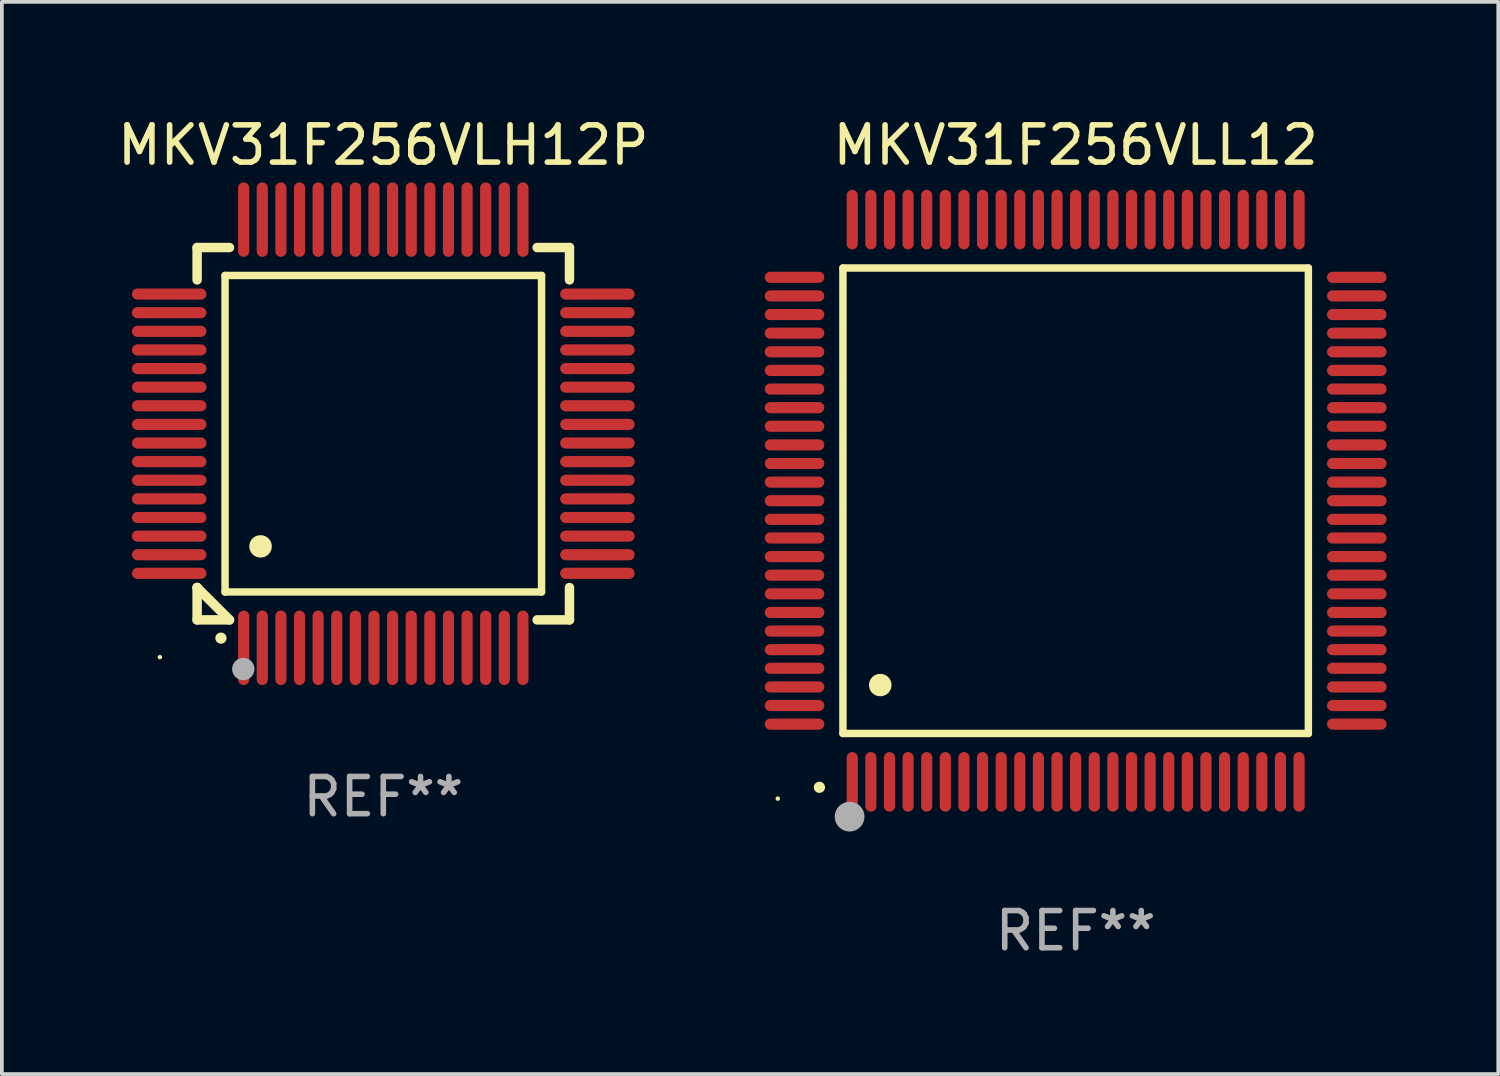
<source format=kicad_pcb>
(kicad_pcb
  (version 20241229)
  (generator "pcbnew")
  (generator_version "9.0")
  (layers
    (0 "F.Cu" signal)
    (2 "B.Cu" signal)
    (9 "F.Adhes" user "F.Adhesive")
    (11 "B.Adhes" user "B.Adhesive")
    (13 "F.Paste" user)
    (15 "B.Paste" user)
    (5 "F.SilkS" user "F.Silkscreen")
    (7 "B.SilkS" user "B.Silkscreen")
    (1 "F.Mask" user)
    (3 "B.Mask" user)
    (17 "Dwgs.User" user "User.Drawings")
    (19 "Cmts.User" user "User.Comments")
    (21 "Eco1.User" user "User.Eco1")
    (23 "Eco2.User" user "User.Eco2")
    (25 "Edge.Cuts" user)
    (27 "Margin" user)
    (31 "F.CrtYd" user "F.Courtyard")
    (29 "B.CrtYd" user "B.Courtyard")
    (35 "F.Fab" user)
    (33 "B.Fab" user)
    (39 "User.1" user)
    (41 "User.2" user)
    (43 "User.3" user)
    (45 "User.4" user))
  (footprint "MKV31F256VLH12P"
    (layer "F.Cu")
    (at 7.244 8.598)
    (property "Reference" "MKV31F256VLH12P" (at 0 -7.75 0) (layer "F.SilkS") (effects (font (size 1 1) (thickness 0.15))))
    (attr through_hole)
    (fp_line (start -5 -5) (end -4.131 -5) (stroke (width 0.254) (type solid)) (layer "F.SilkS"))
    (fp_line (start -5 -4.131) (end -5 -5) (stroke (width 0.254) (type solid)) (layer "F.SilkS"))
    (fp_line (start -5 4.131) (end -5 4.131) (stroke (width 0.254) (type solid)) (layer "F.SilkS"))
    (fp_line (start -5 5) (end -5 4.131) (stroke (width 0.254) (type solid)) (layer "F.SilkS"))
    (fp_line (start -5 4.131) (end -4.131 5) (stroke (width 0.254) (type solid)) (layer "F.SilkS"))
    (fp_line (start -4.25 -4.25) (end -4.25 4.25) (stroke (width 0.2) (type solid)) (layer "F.SilkS"))
    (fp_line (start -4.25 4.25) (end 4.25 4.25) (stroke (width 0.2) (type solid)) (layer "F.SilkS"))
    (fp_line (start -4.131 5) (end -5 5) (stroke (width 0.254) (type solid)) (layer "F.SilkS"))
    (fp_line (start 4.25 -4.25) (end -4.25 -4.25) (stroke (width 0.2) (type solid)) (layer "F.SilkS"))
    (fp_line (start 4.25 4.25) (end 4.25 -4.25) (stroke (width 0.2) (type solid)) (layer "F.SilkS"))
    (fp_line (start 5 -5) (end 4.131 -5) (stroke (width 0.254) (type solid)) (layer "F.SilkS"))
    (fp_line (start 5 -5) (end 5 -4.131) (stroke (width 0.254) (type solid)) (layer "F.SilkS"))
    (fp_line (start 5 4.131) (end 5 5) (stroke (width 0.254) (type solid)) (layer "F.SilkS"))
    (fp_line (start 5 5) (end 4.131 5) (stroke (width 0.254) (type solid)) (layer "F.SilkS"))
    (fp_arc (start -4.361265 5.489992) (mid -4.359995 5.489987) (end -4.358725 5.489992) (stroke (width 0.3) (type solid)) (layer "F.SilkS"))
    (fp_arc (start -3.299467 3.025146) (mid -3.296927 3.025135) (end -3.294387 3.025146) (stroke (width 0.6) (type solid)) (layer "F.SilkS"))
    (fp_circle (center -6 6) (end -5.97 6) (stroke (width 0.06) (type solid)) (fill no) (layer "F.SilkS"))
    (fp_circle (center -3.76 6.32) (end -3.61 6.32) (stroke (width 0.3) (type solid)) (fill no) (layer "F.Fab"))
    (fp_text user "REF**" (at 0 9.75 0) (layer "F.Fab") (effects (font (size 1 1) (thickness 0.15))))
    (pad "1" smd oval (at -3.75 5.75) (size 0.3 2) (layers "F.Cu" "F.Mask" "F.Paste"))
    (pad "2" smd oval (at -3.25 5.75) (size 0.3 2) (layers "F.Cu" "F.Mask" "F.Paste"))
    (pad "3" smd oval (at -2.75 5.75) (size 0.3 2) (layers "F.Cu" "F.Mask" "F.Paste"))
    (pad "4" smd oval (at -2.25 5.75) (size 0.3 2) (layers "F.Cu" "F.Mask" "F.Paste"))
    (pad "5" smd oval (at -1.75 5.75) (size 0.3 2) (layers "F.Cu" "F.Mask" "F.Paste"))
    (pad "6" smd oval (at -1.25 5.75) (size 0.3 2) (layers "F.Cu" "F.Mask" "F.Paste"))
    (pad "7" smd oval (at -0.75 5.75) (size 0.3 2) (layers "F.Cu" "F.Mask" "F.Paste"))
    (pad "8" smd oval (at -0.25 5.75) (size 0.3 2) (layers "F.Cu" "F.Mask" "F.Paste"))
    (pad "9" smd oval (at 0.25 5.75) (size 0.3 2) (layers "F.Cu" "F.Mask" "F.Paste"))
    (pad "10" smd oval (at 0.75 5.75) (size 0.3 2) (layers "F.Cu" "F.Mask" "F.Paste"))
    (pad "11" smd oval (at 1.25 5.75) (size 0.3 2) (layers "F.Cu" "F.Mask" "F.Paste"))
    (pad "12" smd oval (at 1.75 5.75) (size 0.3 2) (layers "F.Cu" "F.Mask" "F.Paste"))
    (pad "13" smd oval (at 2.25 5.75) (size 0.3 2) (layers "F.Cu" "F.Mask" "F.Paste"))
    (pad "14" smd oval (at 2.75 5.75) (size 0.3 2) (layers "F.Cu" "F.Mask" "F.Paste"))
    (pad "15" smd oval (at 3.25 5.75) (size 0.3 2) (layers "F.Cu" "F.Mask" "F.Paste"))
    (pad "16" smd oval (at 3.75 5.75) (size 0.3 2) (layers "F.Cu" "F.Mask" "F.Paste"))
    (pad "17" smd oval (at 5.75 3.75) (size 2 0.3) (layers "F.Cu" "F.Mask" "F.Paste"))
    (pad "18" smd oval (at 5.75 3.25) (size 2 0.3) (layers "F.Cu" "F.Mask" "F.Paste"))
    (pad "19" smd oval (at 5.75 2.75) (size 2 0.3) (layers "F.Cu" "F.Mask" "F.Paste"))
    (pad "20" smd oval (at 5.75 2.25) (size 2 0.3) (layers "F.Cu" "F.Mask" "F.Paste"))
    (pad "21" smd oval (at 5.75 1.75) (size 2 0.3) (layers "F.Cu" "F.Mask" "F.Paste"))
    (pad "22" smd oval (at 5.75 1.25) (size 2 0.3) (layers "F.Cu" "F.Mask" "F.Paste"))
    (pad "23" smd oval (at 5.75 0.75) (size 2 0.3) (layers "F.Cu" "F.Mask" "F.Paste"))
    (pad "24" smd oval (at 5.75 0.25) (size 2 0.3) (layers "F.Cu" "F.Mask" "F.Paste"))
    (pad "25" smd oval (at 5.75 -0.25) (size 2 0.3) (layers "F.Cu" "F.Mask" "F.Paste"))
    (pad "26" smd oval (at 5.75 -0.75) (size 2 0.3) (layers "F.Cu" "F.Mask" "F.Paste"))
    (pad "27" smd oval (at 5.75 -1.25) (size 2 0.3) (layers "F.Cu" "F.Mask" "F.Paste"))
    (pad "28" smd oval (at 5.75 -1.75) (size 2 0.3) (layers "F.Cu" "F.Mask" "F.Paste"))
    (pad "29" smd oval (at 5.75 -2.25) (size 2 0.3) (layers "F.Cu" "F.Mask" "F.Paste"))
    (pad "30" smd oval (at 5.75 -2.75) (size 2 0.3) (layers "F.Cu" "F.Mask" "F.Paste"))
    (pad "31" smd oval (at 5.75 -3.25) (size 2 0.3) (layers "F.Cu" "F.Mask" "F.Paste"))
    (pad "32" smd oval (at 5.75 -3.75) (size 2 0.3) (layers "F.Cu" "F.Mask" "F.Paste"))
    (pad "33" smd oval (at 3.75 -5.75) (size 0.3 2) (layers "F.Cu" "F.Mask" "F.Paste"))
    (pad "34" smd oval (at 3.25 -5.75) (size 0.3 2) (layers "F.Cu" "F.Mask" "F.Paste"))
    (pad "35" smd oval (at 2.75 -5.75) (size 0.3 2) (layers "F.Cu" "F.Mask" "F.Paste"))
    (pad "36" smd oval (at 2.25 -5.75) (size 0.3 2) (layers "F.Cu" "F.Mask" "F.Paste"))
    (pad "37" smd oval (at 1.75 -5.75) (size 0.3 2) (layers "F.Cu" "F.Mask" "F.Paste"))
    (pad "38" smd oval (at 1.25 -5.75) (size 0.3 2) (layers "F.Cu" "F.Mask" "F.Paste"))
    (pad "39" smd oval (at 0.75 -5.75) (size 0.3 2) (layers "F.Cu" "F.Mask" "F.Paste"))
    (pad "40" smd oval (at 0.25 -5.75) (size 0.3 2) (layers "F.Cu" "F.Mask" "F.Paste"))
    (pad "41" smd oval (at -0.25 -5.75) (size 0.3 2) (layers "F.Cu" "F.Mask" "F.Paste"))
    (pad "42" smd oval (at -0.75 -5.75) (size 0.3 2) (layers "F.Cu" "F.Mask" "F.Paste"))
    (pad "43" smd oval (at -1.25 -5.75) (size 0.3 2) (layers "F.Cu" "F.Mask" "F.Paste"))
    (pad "44" smd oval (at -1.75 -5.75) (size 0.3 2) (layers "F.Cu" "F.Mask" "F.Paste"))
    (pad "45" smd oval (at -2.25 -5.75) (size 0.3 2) (layers "F.Cu" "F.Mask" "F.Paste"))
    (pad "46" smd oval (at -2.75 -5.75) (size 0.3 2) (layers "F.Cu" "F.Mask" "F.Paste"))
    (pad "47" smd oval (at -3.25 -5.75) (size 0.3 2) (layers "F.Cu" "F.Mask" "F.Paste"))
    (pad "48" smd oval (at -3.75 -5.75) (size 0.3 2) (layers "F.Cu" "F.Mask" "F.Paste"))
    (pad "49" smd oval (at -5.75 -3.75) (size 2 0.3) (layers "F.Cu" "F.Mask" "F.Paste"))
    (pad "50" smd oval (at -5.75 -3.25) (size 2 0.3) (layers "F.Cu" "F.Mask" "F.Paste"))
    (pad "51" smd oval (at -5.75 -2.75) (size 2 0.3) (layers "F.Cu" "F.Mask" "F.Paste"))
    (pad "52" smd oval (at -5.75 -2.25) (size 2 0.3) (layers "F.Cu" "F.Mask" "F.Paste"))
    (pad "53" smd oval (at -5.75 -1.75) (size 2 0.3) (layers "F.Cu" "F.Mask" "F.Paste"))
    (pad "54" smd oval (at -5.75 -1.25) (size 2 0.3) (layers "F.Cu" "F.Mask" "F.Paste"))
    (pad "55" smd oval (at -5.75 -0.75) (size 2 0.3) (layers "F.Cu" "F.Mask" "F.Paste"))
    (pad "56" smd oval (at -5.75 -0.25) (size 2 0.3) (layers "F.Cu" "F.Mask" "F.Paste"))
    (pad "57" smd oval (at -5.75 0.25) (size 2 0.3) (layers "F.Cu" "F.Mask" "F.Paste"))
    (pad "58" smd oval (at -5.75 0.75) (size 2 0.3) (layers "F.Cu" "F.Mask" "F.Paste"))
    (pad "59" smd oval (at -5.75 1.25) (size 2 0.3) (layers "F.Cu" "F.Mask" "F.Paste"))
    (pad "60" smd oval (at -5.75 1.75) (size 2 0.3) (layers "F.Cu" "F.Mask" "F.Paste"))
    (pad "61" smd oval (at -5.75 2.25) (size 2 0.3) (layers "F.Cu" "F.Mask" "F.Paste"))
    (pad "62" smd oval (at -5.75 2.75) (size 2 0.3) (layers "F.Cu" "F.Mask" "F.Paste"))
    (pad "63" smd oval (at -5.75 3.25) (size 2 0.3) (layers "F.Cu" "F.Mask" "F.Paste"))
    (pad "64" smd oval (at -5.75 3.75) (size 2 0.3) (layers "F.Cu" "F.Mask" "F.Paste")))
  (footprint "MKV31F256VLL12"
    (layer "F.Cu")
    (at 25.838 10.398)
    (property "Reference" "MKV31F256VLL12" (at 0 -9.55 0) (layer "F.SilkS") (effects (font (size 1 1) (thickness 0.15))))
    (attr through_hole)
    (fp_line (start -6.25 -6.25) (end -6.25 6.25) (stroke (width 0.2) (type solid)) (layer "F.SilkS"))
    (fp_line (start -6.25 6.25) (end 6.25 6.25) (stroke (width 0.2) (type solid)) (layer "F.SilkS"))
    (fp_line (start 6.25 -6.25) (end -6.25 -6.25) (stroke (width 0.2) (type solid)) (layer "F.SilkS"))
    (fp_line (start 6.25 6.25) (end 6.25 -6.25) (stroke (width 0.2) (type solid)) (layer "F.SilkS"))
    (fp_arc (start -6.883414 7.696215) (mid -6.882144 7.69621) (end -6.880874 7.696215) (stroke (width 0.3) (type solid)) (layer "F.SilkS"))
    (fp_arc (start -5.250191 4.95047) (mid -5.247651 4.950459) (end -5.245111 4.95047) (stroke (width 0.6) (type solid)) (layer "F.SilkS"))
    (fp_circle (center -8 8) (end -7.97 8) (stroke (width 0.06) (type solid)) (fill no) (layer "F.SilkS"))
    (fp_circle (center -6.071 8.484) (end -5.871 8.484) (stroke (width 0.4) (type solid)) (fill no) (layer "F.Fab"))
    (fp_text user "REF**" (at 0 11.55 0) (layer "F.Fab") (effects (font (size 1 1) (thickness 0.15))))
    (pad "1" smd oval (at -6 7.55) (size 0.3 1.6) (layers "F.Cu" "F.Mask" "F.Paste"))
    (pad "2" smd oval (at -5.5 7.55) (size 0.3 1.6) (layers "F.Cu" "F.Mask" "F.Paste"))
    (pad "3" smd oval (at -5 7.55) (size 0.3 1.6) (layers "F.Cu" "F.Mask" "F.Paste"))
    (pad "4" smd oval (at -4.5 7.55) (size 0.3 1.6) (layers "F.Cu" "F.Mask" "F.Paste"))
    (pad "5" smd oval (at -4 7.55) (size 0.3 1.6) (layers "F.Cu" "F.Mask" "F.Paste"))
    (pad "6" smd oval (at -3.5 7.55) (size 0.3 1.6) (layers "F.Cu" "F.Mask" "F.Paste"))
    (pad "7" smd oval (at -3 7.55) (size 0.3 1.6) (layers "F.Cu" "F.Mask" "F.Paste"))
    (pad "8" smd oval (at -2.5 7.55) (size 0.3 1.6) (layers "F.Cu" "F.Mask" "F.Paste"))
    (pad "9" smd oval (at -2 7.55) (size 0.3 1.6) (layers "F.Cu" "F.Mask" "F.Paste"))
    (pad "10" smd oval (at -1.5 7.55) (size 0.3 1.6) (layers "F.Cu" "F.Mask" "F.Paste"))
    (pad "11" smd oval (at -1 7.55) (size 0.3 1.6) (layers "F.Cu" "F.Mask" "F.Paste"))
    (pad "12" smd oval (at -0.5 7.55) (size 0.3 1.6) (layers "F.Cu" "F.Mask" "F.Paste"))
    (pad "13" smd oval (at 0 7.55) (size 0.3 1.6) (layers "F.Cu" "F.Mask" "F.Paste"))
    (pad "14" smd oval (at 0.5 7.55) (size 0.3 1.6) (layers "F.Cu" "F.Mask" "F.Paste"))
    (pad "15" smd oval (at 1 7.55) (size 0.3 1.6) (layers "F.Cu" "F.Mask" "F.Paste"))
    (pad "16" smd oval (at 1.5 7.55) (size 0.3 1.6) (layers "F.Cu" "F.Mask" "F.Paste"))
    (pad "17" smd oval (at 2 7.55) (size 0.3 1.6) (layers "F.Cu" "F.Mask" "F.Paste"))
    (pad "18" smd oval (at 2.5 7.55) (size 0.3 1.6) (layers "F.Cu" "F.Mask" "F.Paste"))
    (pad "19" smd oval (at 3 7.55) (size 0.3 1.6) (layers "F.Cu" "F.Mask" "F.Paste"))
    (pad "20" smd oval (at 3.5 7.55) (size 0.3 1.6) (layers "F.Cu" "F.Mask" "F.Paste"))
    (pad "21" smd oval (at 4 7.55) (size 0.3 1.6) (layers "F.Cu" "F.Mask" "F.Paste"))
    (pad "22" smd oval (at 4.5 7.55) (size 0.3 1.6) (layers "F.Cu" "F.Mask" "F.Paste"))
    (pad "23" smd oval (at 5 7.55) (size 0.3 1.6) (layers "F.Cu" "F.Mask" "F.Paste"))
    (pad "24" smd oval (at 5.5 7.55) (size 0.3 1.6) (layers "F.Cu" "F.Mask" "F.Paste"))
    (pad "25" smd oval (at 6 7.55) (size 0.3 1.6) (layers "F.Cu" "F.Mask" "F.Paste"))
    (pad "26" smd oval (at 7.55 6) (size 1.6 0.3) (layers "F.Cu" "F.Mask" "F.Paste"))
    (pad "27" smd oval (at 7.55 5.5) (size 1.6 0.3) (layers "F.Cu" "F.Mask" "F.Paste"))
    (pad "28" smd oval (at 7.55 5) (size 1.6 0.3) (layers "F.Cu" "F.Mask" "F.Paste"))
    (pad "29" smd oval (at 7.55 4.5) (size 1.6 0.3) (layers "F.Cu" "F.Mask" "F.Paste"))
    (pad "30" smd oval (at 7.55 4) (size 1.6 0.3) (layers "F.Cu" "F.Mask" "F.Paste"))
    (pad "31" smd oval (at 7.55 3.5) (size 1.6 0.3) (layers "F.Cu" "F.Mask" "F.Paste"))
    (pad "32" smd oval (at 7.55 3) (size 1.6 0.3) (layers "F.Cu" "F.Mask" "F.Paste"))
    (pad "33" smd oval (at 7.55 2.5) (size 1.6 0.3) (layers "F.Cu" "F.Mask" "F.Paste"))
    (pad "34" smd oval (at 7.55 2) (size 1.6 0.3) (layers "F.Cu" "F.Mask" "F.Paste"))
    (pad "35" smd oval (at 7.55 1.5) (size 1.6 0.3) (layers "F.Cu" "F.Mask" "F.Paste"))
    (pad "36" smd oval (at 7.55 1) (size 1.6 0.3) (layers "F.Cu" "F.Mask" "F.Paste"))
    (pad "37" smd oval (at 7.55 0.5) (size 1.6 0.3) (layers "F.Cu" "F.Mask" "F.Paste"))
    (pad "38" smd oval (at 7.55 0) (size 1.6 0.3) (layers "F.Cu" "F.Mask" "F.Paste"))
    (pad "39" smd oval (at 7.55 -0.5) (size 1.6 0.3) (layers "F.Cu" "F.Mask" "F.Paste"))
    (pad "40" smd oval (at 7.55 -1) (size 1.6 0.3) (layers "F.Cu" "F.Mask" "F.Paste"))
    (pad "41" smd oval (at 7.55 -1.5) (size 1.6 0.3) (layers "F.Cu" "F.Mask" "F.Paste"))
    (pad "42" smd oval (at 7.55 -2) (size 1.6 0.3) (layers "F.Cu" "F.Mask" "F.Paste"))
    (pad "43" smd oval (at 7.55 -2.5) (size 1.6 0.3) (layers "F.Cu" "F.Mask" "F.Paste"))
    (pad "44" smd oval (at 7.55 -3) (size 1.6 0.3) (layers "F.Cu" "F.Mask" "F.Paste"))
    (pad "45" smd oval (at 7.55 -3.5) (size 1.6 0.3) (layers "F.Cu" "F.Mask" "F.Paste"))
    (pad "46" smd oval (at 7.55 -4) (size 1.6 0.3) (layers "F.Cu" "F.Mask" "F.Paste"))
    (pad "47" smd oval (at 7.55 -4.5) (size 1.6 0.3) (layers "F.Cu" "F.Mask" "F.Paste"))
    (pad "48" smd oval (at 7.55 -5) (size 1.6 0.3) (layers "F.Cu" "F.Mask" "F.Paste"))
    (pad "49" smd oval (at 7.55 -5.5) (size 1.6 0.3) (layers "F.Cu" "F.Mask" "F.Paste"))
    (pad "50" smd oval (at 7.55 -6) (size 1.6 0.3) (layers "F.Cu" "F.Mask" "F.Paste"))
    (pad "51" smd oval (at 6 -7.55) (size 0.3 1.6) (layers "F.Cu" "F.Mask" "F.Paste"))
    (pad "52" smd oval (at 5.5 -7.55) (size 0.3 1.6) (layers "F.Cu" "F.Mask" "F.Paste"))
    (pad "53" smd oval (at 5 -7.55) (size 0.3 1.6) (layers "F.Cu" "F.Mask" "F.Paste"))
    (pad "54" smd oval (at 4.5 -7.55) (size 0.3 1.6) (layers "F.Cu" "F.Mask" "F.Paste"))
    (pad "55" smd oval (at 4 -7.55) (size 0.3 1.6) (layers "F.Cu" "F.Mask" "F.Paste"))
    (pad "56" smd oval (at 3.5 -7.55) (size 0.3 1.6) (layers "F.Cu" "F.Mask" "F.Paste"))
    (pad "57" smd oval (at 3 -7.55) (size 0.3 1.6) (layers "F.Cu" "F.Mask" "F.Paste"))
    (pad "58" smd oval (at 2.5 -7.55) (size 0.3 1.6) (layers "F.Cu" "F.Mask" "F.Paste"))
    (pad "59" smd oval (at 2 -7.55) (size 0.3 1.6) (layers "F.Cu" "F.Mask" "F.Paste"))
    (pad "60" smd oval (at 1.5 -7.55) (size 0.3 1.6) (layers "F.Cu" "F.Mask" "F.Paste"))
    (pad "61" smd oval (at 1 -7.55) (size 0.3 1.6) (layers "F.Cu" "F.Mask" "F.Paste"))
    (pad "62" smd oval (at 0.5 -7.55) (size 0.3 1.6) (layers "F.Cu" "F.Mask" "F.Paste"))
    (pad "63" smd oval (at 0 -7.55) (size 0.3 1.6) (layers "F.Cu" "F.Mask" "F.Paste"))
    (pad "64" smd oval (at -0.5 -7.55) (size 0.3 1.6) (layers "F.Cu" "F.Mask" "F.Paste"))
    (pad "65" smd oval (at -1 -7.55) (size 0.3 1.6) (layers "F.Cu" "F.Mask" "F.Paste"))
    (pad "66" smd oval (at -1.5 -7.55) (size 0.3 1.6) (layers "F.Cu" "F.Mask" "F.Paste"))
    (pad "67" smd oval (at -2 -7.55) (size 0.3 1.6) (layers "F.Cu" "F.Mask" "F.Paste"))
    (pad "68" smd oval (at -2.5 -7.55) (size 0.3 1.6) (layers "F.Cu" "F.Mask" "F.Paste"))
    (pad "69" smd oval (at -3 -7.55) (size 0.3 1.6) (layers "F.Cu" "F.Mask" "F.Paste"))
    (pad "70" smd oval (at -3.5 -7.55) (size 0.3 1.6) (layers "F.Cu" "F.Mask" "F.Paste"))
    (pad "71" smd oval (at -4 -7.55) (size 0.3 1.6) (layers "F.Cu" "F.Mask" "F.Paste"))
    (pad "72" smd oval (at -4.5 -7.55) (size 0.3 1.6) (layers "F.Cu" "F.Mask" "F.Paste"))
    (pad "73" smd oval (at -5 -7.55) (size 0.3 1.6) (layers "F.Cu" "F.Mask" "F.Paste"))
    (pad "74" smd oval (at -5.5 -7.55) (size 0.3 1.6) (layers "F.Cu" "F.Mask" "F.Paste"))
    (pad "75" smd oval (at -6 -7.55) (size 0.3 1.6) (layers "F.Cu" "F.Mask" "F.Paste"))
    (pad "76" smd oval (at -7.55 -6) (size 1.6 0.3) (layers "F.Cu" "F.Mask" "F.Paste"))
    (pad "77" smd oval (at -7.55 -5.5) (size 1.6 0.3) (layers "F.Cu" "F.Mask" "F.Paste"))
    (pad "78" smd oval (at -7.55 -5) (size 1.6 0.3) (layers "F.Cu" "F.Mask" "F.Paste"))
    (pad "79" smd oval (at -7.55 -4.5) (size 1.6 0.3) (layers "F.Cu" "F.Mask" "F.Paste"))
    (pad "80" smd oval (at -7.55 -4) (size 1.6 0.3) (layers "F.Cu" "F.Mask" "F.Paste"))
    (pad "81" smd oval (at -7.55 -3.5) (size 1.6 0.3) (layers "F.Cu" "F.Mask" "F.Paste"))
    (pad "82" smd oval (at -7.55 -3) (size 1.6 0.3) (layers "F.Cu" "F.Mask" "F.Paste"))
    (pad "83" smd oval (at -7.55 -2.5) (size 1.6 0.3) (layers "F.Cu" "F.Mask" "F.Paste"))
    (pad "84" smd oval (at -7.55 -2) (size 1.6 0.3) (layers "F.Cu" "F.Mask" "F.Paste"))
    (pad "85" smd oval (at -7.55 -1.5) (size 1.6 0.3) (layers "F.Cu" "F.Mask" "F.Paste"))
    (pad "86" smd oval (at -7.55 -1) (size 1.6 0.3) (layers "F.Cu" "F.Mask" "F.Paste"))
    (pad "87" smd oval (at -7.55 -0.5) (size 1.6 0.3) (layers "F.Cu" "F.Mask" "F.Paste"))
    (pad "88" smd oval (at -7.55 0) (size 1.6 0.3) (layers "F.Cu" "F.Mask" "F.Paste"))
    (pad "89" smd oval (at -7.55 0.5) (size 1.6 0.3) (layers "F.Cu" "F.Mask" "F.Paste"))
    (pad "90" smd oval (at -7.55 1) (size 1.6 0.3) (layers "F.Cu" "F.Mask" "F.Paste"))
    (pad "91" smd oval (at -7.55 1.5) (size 1.6 0.3) (layers "F.Cu" "F.Mask" "F.Paste"))
    (pad "92" smd oval (at -7.55 2) (size 1.6 0.3) (layers "F.Cu" "F.Mask" "F.Paste"))
    (pad "93" smd oval (at -7.55 2.5) (size 1.6 0.3) (layers "F.Cu" "F.Mask" "F.Paste"))
    (pad "94" smd oval (at -7.55 3) (size 1.6 0.3) (layers "F.Cu" "F.Mask" "F.Paste"))
    (pad "95" smd oval (at -7.55 3.5) (size 1.6 0.3) (layers "F.Cu" "F.Mask" "F.Paste"))
    (pad "96" smd oval (at -7.55 4) (size 1.6 0.3) (layers "F.Cu" "F.Mask" "F.Paste"))
    (pad "97" smd oval (at -7.55 4.5) (size 1.6 0.3) (layers "F.Cu" "F.Mask" "F.Paste"))
    (pad "98" smd oval (at -7.55 5) (size 1.6 0.3) (layers "F.Cu" "F.Mask" "F.Paste"))
    (pad "99" smd oval (at -7.55 5.5) (size 1.6 0.3) (layers "F.Cu" "F.Mask" "F.Paste"))
    (pad "100" smd oval (at -7.55 6) (size 1.6 0.3) (layers "F.Cu" "F.Mask" "F.Paste")))
  (gr_rect
    (start -3 -3)
    (end 37.188 25.796)
    (stroke (width 0.1) (type default))
    (fill no)
    (layer "Edge.Cuts")))
</source>
